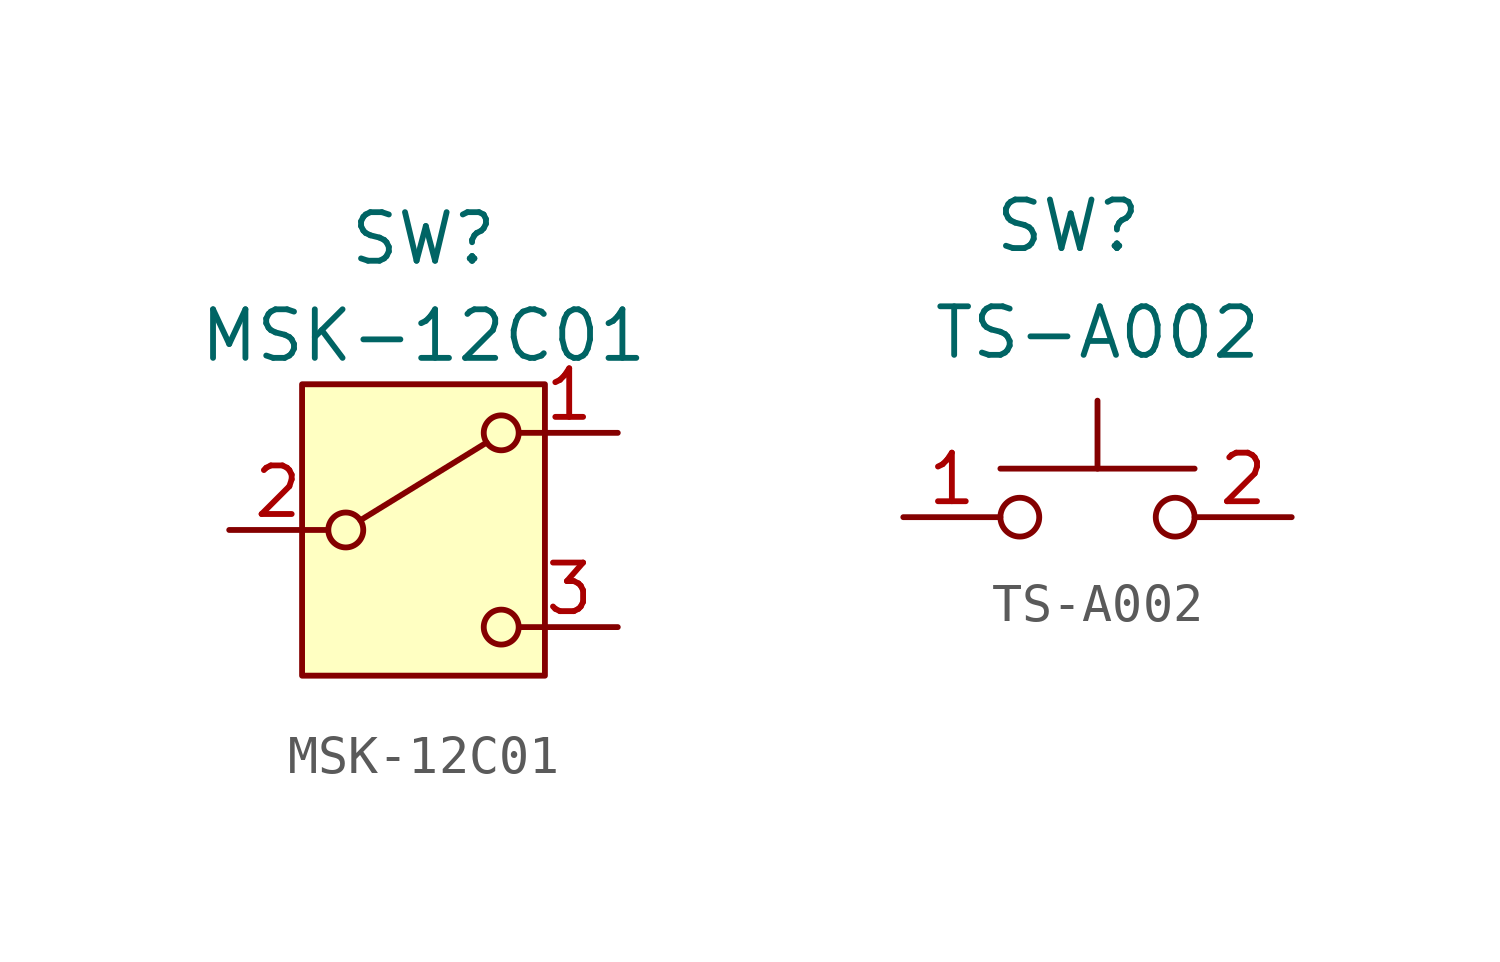
<source format=kicad_sym>
(kicad_symbol_lib
  (version 20241209)
  (generator "kicad_symbol_editor")
  (generator_version "9.0")
  (symbol "MSK-12C01"
    (pin_names
      (hide yes))
    (property "Reference" "SW"
      (at 0 7.62 0)
      (effects (font (size 1.27 1.27))))
    (property "Value" "MSK-12C01"
      (at 0 5.08 0)
      (effects (font (size 1.27 1.27))))
    (symbol "MSK-12C01_0_1"
      (circle (center -2.032 0) (radius 0.457) (stroke (width 0) (type default)) (fill (type none)))
      (polyline (pts (xy -1.651 0.254) (xy 1.651 2.286)) (stroke (width 0) (type default)) (fill (type none)))
      (circle (center 2.032 2.54) (radius 0.457) (stroke (width 0) (type default)) (fill (type none)))
      (circle (center 2.032 -2.54) (radius 0.457) (stroke (width 0) (type default)) (fill (type none))))
    (symbol "MSK-12C01_1_1"
      (rectangle (start -3.175 3.81) (end 3.175 -3.81) (stroke (width 0) (type default)) (fill (type background)))
      (pin passive line (at -5.08 0 0) (length 2.54) (name "B" (effects (font (size 1.27 1.27)))) (number "2" (effects (font (size 1.27 1.27)))))
      (pin passive line (at 5.08 2.54 180) (length 2.54) (name "A" (effects (font (size 1.27 1.27)))) (number "1" (effects (font (size 1.27 1.27)))))
      (pin passive line (at 5.08 -2.54 180) (length 2.54) (name "C" (effects (font (size 1.27 1.27)))) (number "3" (effects (font (size 1.27 1.27)))))))
  (symbol "TS-A002"
    (pin_names
      (hide yes))
    (property "Reference" "SW"
      (at -0.762 7.62 0)
      (effects (font (size 1.27 1.27))))
    (property "Value" "TS-A002"
      (at 0 4.826 0)
      (effects (font (size 1.27 1.27))))
    (symbol "TS-A002_0_1"
      (circle (center -2.032 0) (radius 0.508) (stroke (width 0) (type default)) (fill (type none)))
      (polyline (pts (xy 0 1.27) (xy 0 3.048)) (stroke (width 0) (type default)) (fill (type none)))
      (circle (center 2.032 0) (radius 0.508) (stroke (width 0) (type default)) (fill (type none)))
      (polyline (pts (xy 2.54 1.27) (xy -2.54 1.27)) (stroke (width 0) (type default)) (fill (type none))))
    (symbol "TS-A002_1_1"
      (pin passive line (at -5.08 0 0) (length 2.54) (name "1" (effects (font (size 1.27 1.27)))) (number "1" (effects (font (size 1.27 1.27)))))
      (pin passive line (at 5.08 0 180) (length 2.54) (name "2" (effects (font (size 1.27 1.27)))) (number "2" (effects (font (size 1.27 1.27))))))))
</source>
